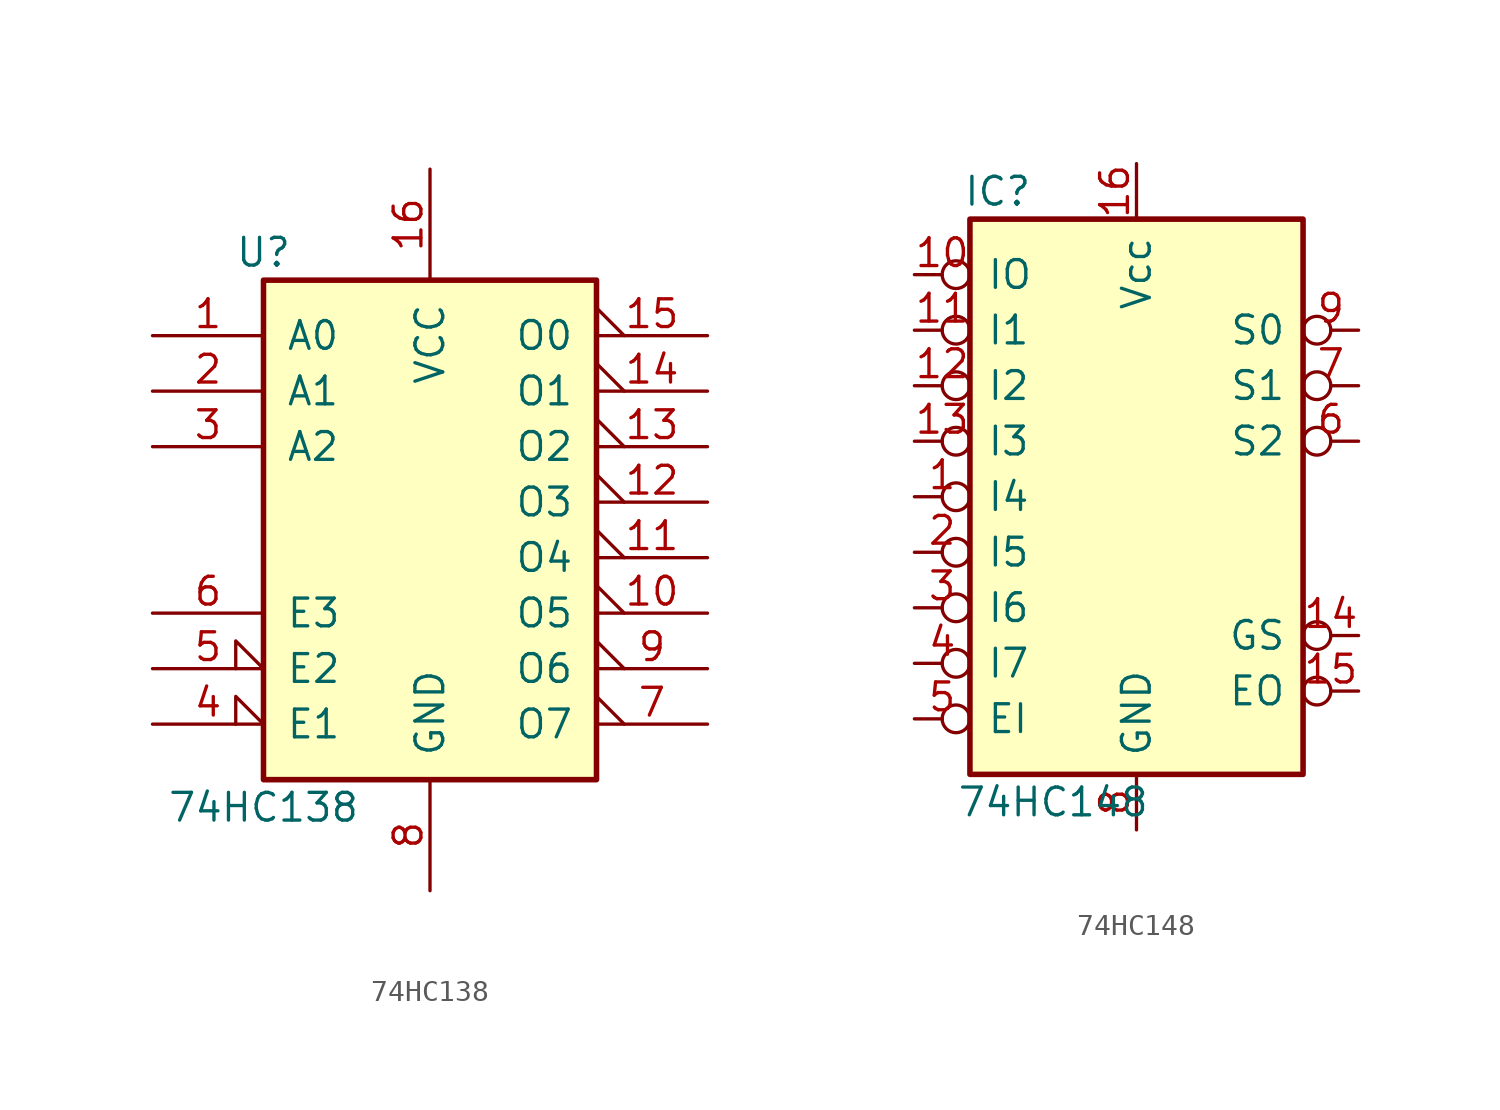
<source format=kicad_sym>
(kicad_symbol_lib
  (version 20231120)
  (generator "kicad_symbol_editor")
  (generator_version "8.0")
  (symbol "74HC138"
    (pin_names
      (offset 1.016))
    (property "Reference" "U"
      (at -7.62 11.43 0)
      (effects (font (size 1.27 1.27))))
    (property "Value" "74HC138"
      (at -7.62 -13.97 0)
      (effects (font (size 1.27 1.27))))
    (symbol "74HC138_1_0"
      (pin input line (at -12.7 7.62 0) (length 5.08) (name "A0" (effects (font (size 1.27 1.27)))) (number "1" (effects (font (size 1.27 1.27)))))
      (pin output output_low (at 12.7 -5.08 180) (length 5.08) (name "O5" (effects (font (size 1.27 1.27)))) (number "10" (effects (font (size 1.27 1.27)))))
      (pin output output_low (at 12.7 -2.54 180) (length 5.08) (name "O4" (effects (font (size 1.27 1.27)))) (number "11" (effects (font (size 1.27 1.27)))))
      (pin output output_low (at 12.7 0 180) (length 5.08) (name "O3" (effects (font (size 1.27 1.27)))) (number "12" (effects (font (size 1.27 1.27)))))
      (pin output output_low (at 12.7 2.54 180) (length 5.08) (name "O2" (effects (font (size 1.27 1.27)))) (number "13" (effects (font (size 1.27 1.27)))))
      (pin output output_low (at 12.7 5.08 180) (length 5.08) (name "O1" (effects (font (size 1.27 1.27)))) (number "14" (effects (font (size 1.27 1.27)))))
      (pin output output_low (at 12.7 7.62 180) (length 5.08) (name "O0" (effects (font (size 1.27 1.27)))) (number "15" (effects (font (size 1.27 1.27)))))
      (pin power_in line (at 0 15.24 270) (length 5.08) (name "VCC" (effects (font (size 1.27 1.27)))) (number "16" (effects (font (size 1.27 1.27)))))
      (pin input line (at -12.7 5.08 0) (length 5.08) (name "A1" (effects (font (size 1.27 1.27)))) (number "2" (effects (font (size 1.27 1.27)))))
      (pin input line (at -12.7 2.54 0) (length 5.08) (name "A2" (effects (font (size 1.27 1.27)))) (number "3" (effects (font (size 1.27 1.27)))))
      (pin input input_low (at -12.7 -10.16 0) (length 5.08) (name "E1" (effects (font (size 1.27 1.27)))) (number "4" (effects (font (size 1.27 1.27)))))
      (pin input input_low (at -12.7 -7.62 0) (length 5.08) (name "E2" (effects (font (size 1.27 1.27)))) (number "5" (effects (font (size 1.27 1.27)))))
      (pin input line (at -12.7 -5.08 0) (length 5.08) (name "E3" (effects (font (size 1.27 1.27)))) (number "6" (effects (font (size 1.27 1.27)))))
      (pin output output_low (at 12.7 -10.16 180) (length 5.08) (name "O7" (effects (font (size 1.27 1.27)))) (number "7" (effects (font (size 1.27 1.27)))))
      (pin power_in line (at 0 -17.78 90) (length 5.08) (name "GND" (effects (font (size 1.27 1.27)))) (number "8" (effects (font (size 1.27 1.27)))))
      (pin output output_low (at 12.7 -7.62 180) (length 5.08) (name "O6" (effects (font (size 1.27 1.27)))) (number "9" (effects (font (size 1.27 1.27))))))
    (symbol "74HC138_1_1"
      (rectangle (start -7.62 10.16) (end 7.62 -12.7) (stroke (width 0.254) (type solid)) (fill (type background)))))
  (symbol "74HC148"
    (pin_names
      (offset 0.762))
    (property "Reference" "IC"
      (at -6.35 13.97 0)
      (effects (font (size 1.27 1.27))))
    (property "Value" "74HC148"
      (at -3.81 -13.97 0)
      (effects (font (size 1.27 1.27))))
    (symbol "74HC148_0_0"
      (rectangle (start -7.62 12.7) (end 7.62 -12.7) (stroke (width 0.254) (type solid)) (fill (type background)))
      (pin power_in line (at 0 15.24 270) (length 2.54) (name "Vcc" (effects (font (size 1.27 1.27)))) (number "16" (effects (font (size 1.27 1.27)))))
      (pin power_in line (at 0 -15.24 90) (length 2.54) (name "GND" (effects (font (size 1.27 1.27)))) (number "8" (effects (font (size 1.27 1.27))))))
    (symbol "74HC148_1_1"
      (pin input inverted (at -10.16 0 0) (length 2.54) (name "I4" (effects (font (size 1.27 1.27)))) (number "1" (effects (font (size 1.27 1.27)))))
      (pin input inverted (at -10.16 10.16 0) (length 2.54) (name "IO" (effects (font (size 1.27 1.27)))) (number "10" (effects (font (size 1.27 1.27)))))
      (pin input inverted (at -10.16 7.62 0) (length 2.54) (name "I1" (effects (font (size 1.27 1.27)))) (number "11" (effects (font (size 1.27 1.27)))))
      (pin input inverted (at -10.16 5.08 0) (length 2.54) (name "I2" (effects (font (size 1.27 1.27)))) (number "12" (effects (font (size 1.27 1.27)))))
      (pin input inverted (at -10.16 2.54 0) (length 2.54) (name "I3" (effects (font (size 1.27 1.27)))) (number "13" (effects (font (size 1.27 1.27)))))
      (pin output inverted (at 10.16 -6.35 180) (length 2.54) (name "GS" (effects (font (size 1.27 1.27)))) (number "14" (effects (font (size 1.27 1.27)))))
      (pin output inverted (at 10.16 -8.89 180) (length 2.54) (name "EO" (effects (font (size 1.27 1.27)))) (number "15" (effects (font (size 1.27 1.27)))))
      (pin input inverted (at -10.16 -2.54 0) (length 2.54) (name "I5" (effects (font (size 1.27 1.27)))) (number "2" (effects (font (size 1.27 1.27)))))
      (pin input inverted (at -10.16 -5.08 0) (length 2.54) (name "I6" (effects (font (size 1.27 1.27)))) (number "3" (effects (font (size 1.27 1.27)))))
      (pin input inverted (at -10.16 -7.62 0) (length 2.54) (name "I7" (effects (font (size 1.27 1.27)))) (number "4" (effects (font (size 1.27 1.27)))))
      (pin input inverted (at -10.16 -10.16 0) (length 2.54) (name "EI" (effects (font (size 1.27 1.27)))) (number "5" (effects (font (size 1.27 1.27)))))
      (pin output inverted (at 10.16 2.54 180) (length 2.54) (name "S2" (effects (font (size 1.27 1.27)))) (number "6" (effects (font (size 1.27 1.27)))))
      (pin output inverted (at 10.16 5.08 180) (length 2.54) (name "S1" (effects (font (size 1.27 1.27)))) (number "7" (effects (font (size 1.27 1.27)))))
      (pin output inverted (at 10.16 7.62 180) (length 2.54) (name "S0" (effects (font (size 1.27 1.27)))) (number "9" (effects (font (size 1.27 1.27))))))))
</source>
